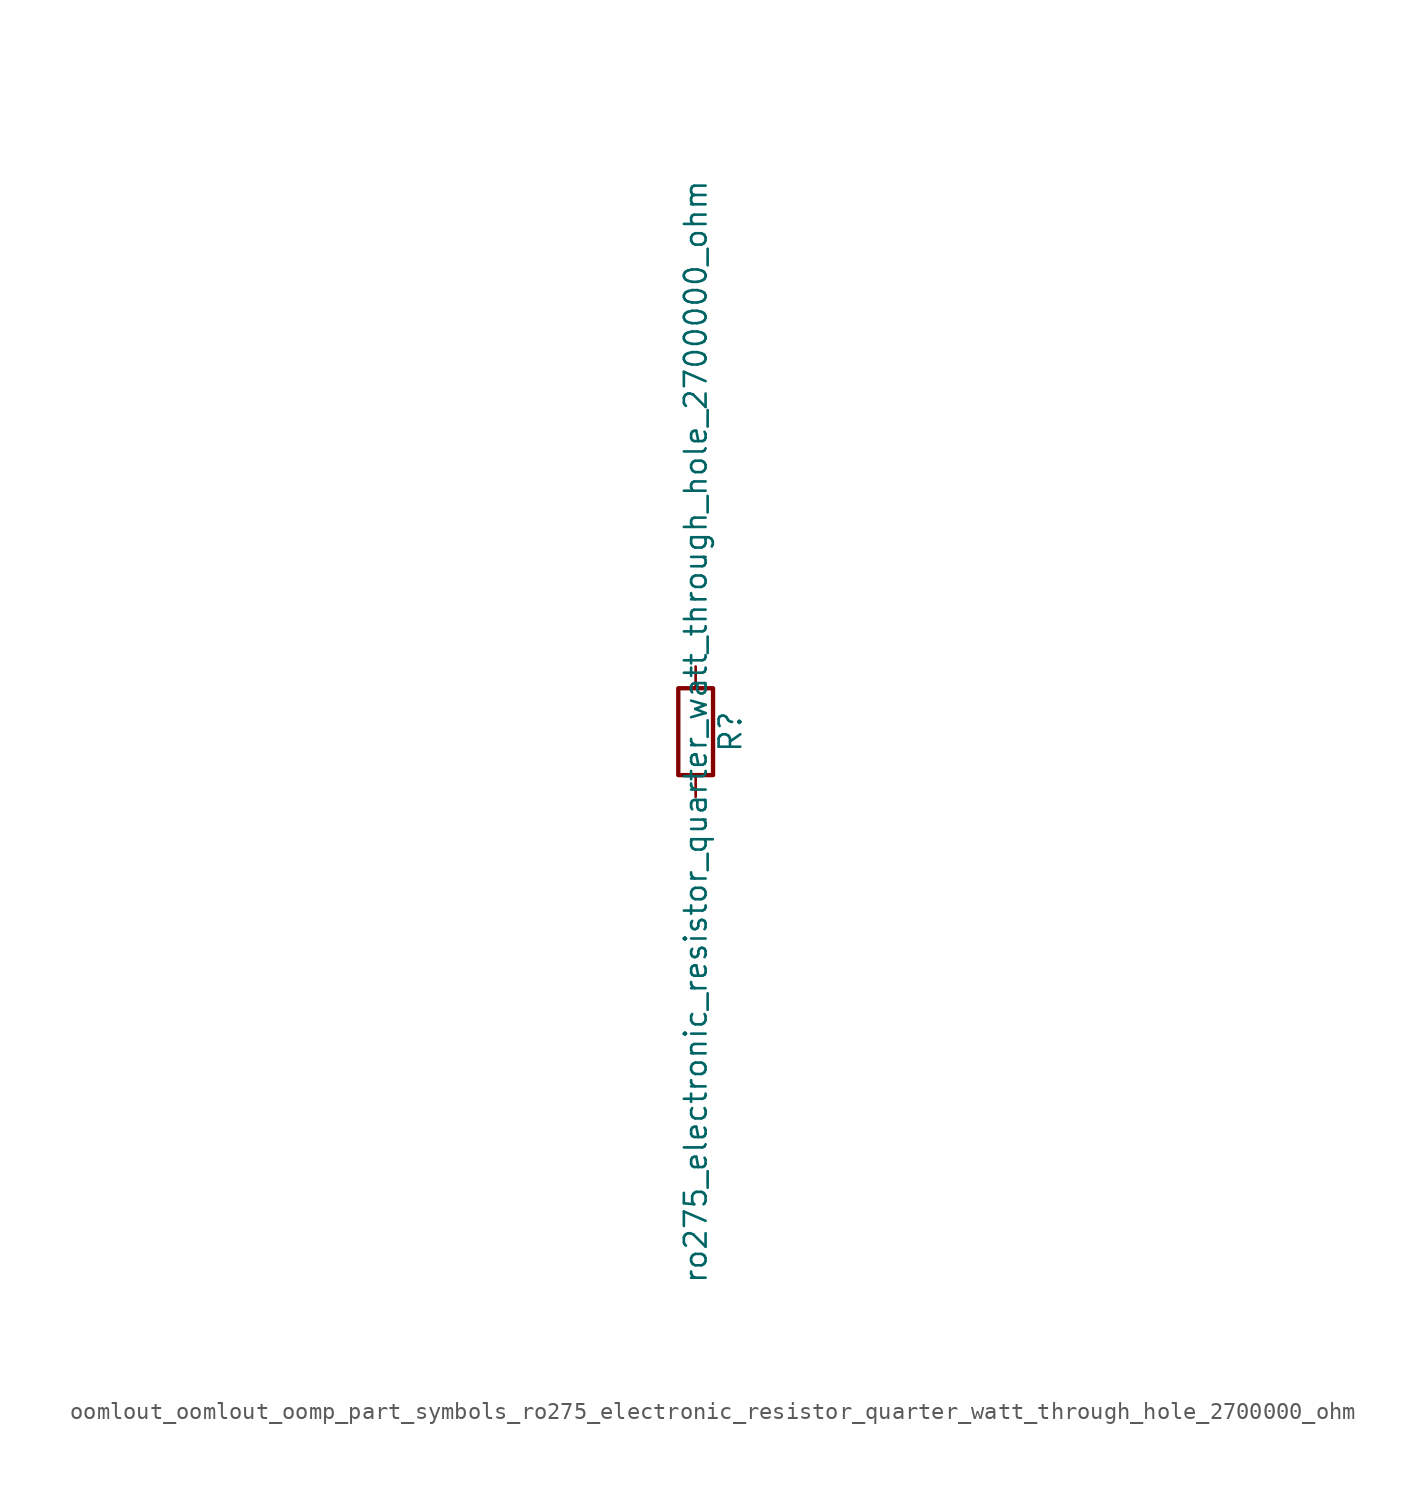
<source format=kicad_sym>
(kicad_symbol_lib
  (version 20220914)
  (generator kicad_symbol_editor)
  (symbol "oomlout_oomlout_oomp_part_symbols_ro275_electronic_resistor_quarter_watt_through_hole_2700000_ohm"
    (pin_numbers hide)
    (pin_names
      (offset 0))
    (property "Reference" "R"
      (at 2.032 0 90)
      (effects (font (size 1.27 1.27))))
    (property "Value" "ro275_electronic_resistor_quarter_watt_through_hole_2700000_ohm"
      (at 0 0 90)
      (effects (font (size 1.27 1.27))))
    (symbol "oomlout_oomlout_oomp_part_symbols_ro275_electronic_resistor_quarter_watt_through_hole_2700000_ohm_0_1"
      (rectangle (start -1.016 -2.54) (end 1.016 2.54) (stroke (width 0.254) (type default)) (fill (type none))))
    (symbol "oomlout_oomlout_oomp_part_symbols_ro275_electronic_resistor_quarter_watt_through_hole_2700000_ohm_1_1"
      (pin passive line (at 0 3.81 270) (length 1.27) (name "~" (effects (font (size 1.27 1.27)))) (number "1" (effects (font (size 1.27 1.27)))))
      (pin passive line (at 0 -3.81 90) (length 1.27) (name "~" (effects (font (size 1.27 1.27)))) (number "2" (effects (font (size 1.27 1.27))))))))
</source>
